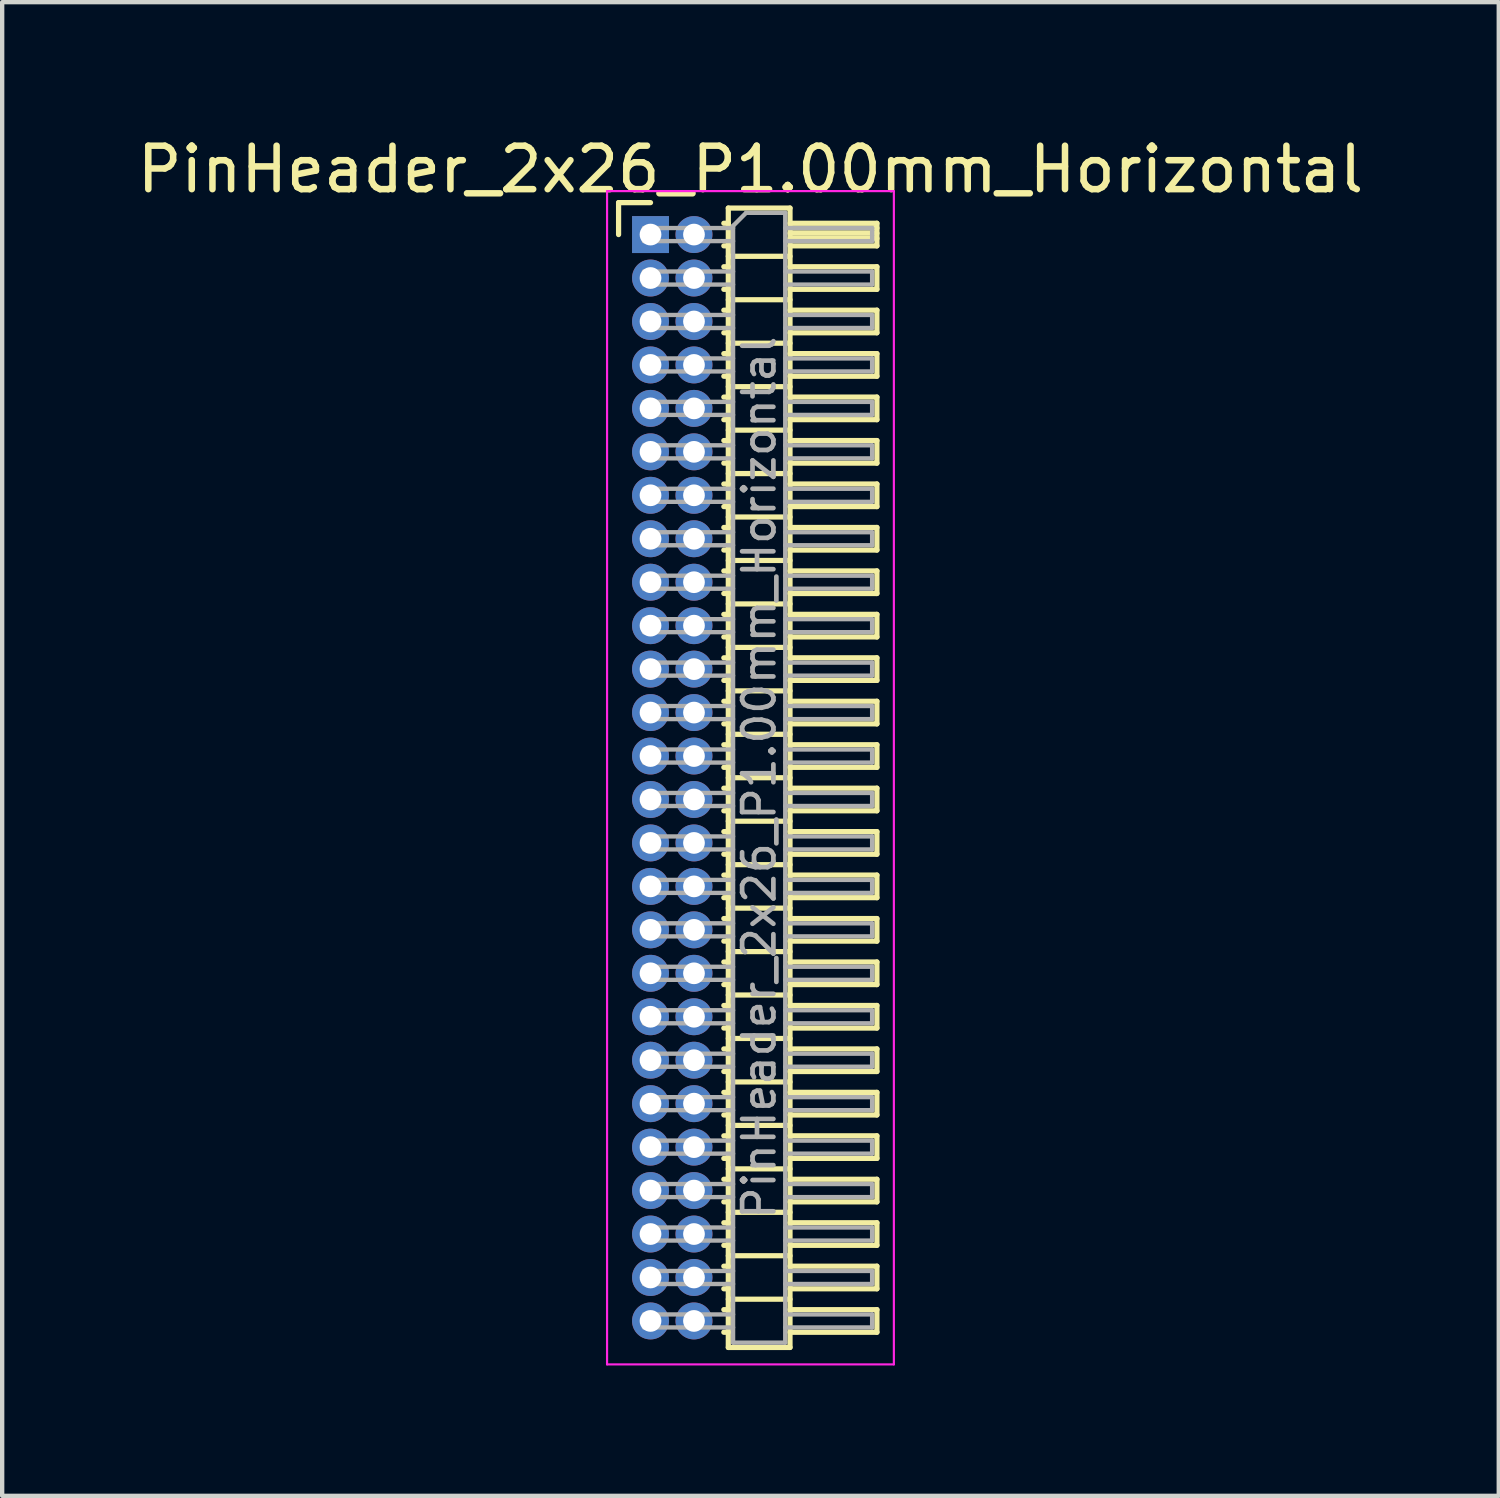
<source format=kicad_pcb>
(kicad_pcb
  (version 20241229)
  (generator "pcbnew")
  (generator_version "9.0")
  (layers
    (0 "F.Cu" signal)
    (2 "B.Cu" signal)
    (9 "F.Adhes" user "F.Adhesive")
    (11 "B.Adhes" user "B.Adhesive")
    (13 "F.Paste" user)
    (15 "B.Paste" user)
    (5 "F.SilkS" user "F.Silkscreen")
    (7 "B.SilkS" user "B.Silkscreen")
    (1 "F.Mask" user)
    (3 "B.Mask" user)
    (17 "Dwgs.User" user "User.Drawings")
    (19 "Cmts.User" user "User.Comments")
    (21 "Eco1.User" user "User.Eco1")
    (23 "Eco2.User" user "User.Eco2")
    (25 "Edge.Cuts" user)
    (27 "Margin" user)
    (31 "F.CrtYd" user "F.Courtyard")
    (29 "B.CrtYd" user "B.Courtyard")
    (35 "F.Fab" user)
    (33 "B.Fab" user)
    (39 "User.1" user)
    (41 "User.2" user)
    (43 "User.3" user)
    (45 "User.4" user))
  (footprint "PinHeader_2x26_P1.00mm_Horizontal"
    (layer "F.Cu")
    (at 11.92 2.348)
    (property "Reference" "PinHeader_2x26_P1.00mm_Horizontal" (at 2.3 -1.5 0) (layer "F.SilkS") (effects (font (size 1 1) (thickness 0.15))))
    (attr through_hole)
    (fp_line (start -0.735 -0.735) (end 0 -0.735) (stroke (width 0.12) (type solid)) (layer "F.SilkS"))
    (fp_line (start -0.735 0) (end -0.735 -0.735) (stroke (width 0.12) (type solid)) (layer "F.SilkS"))
    (fp_line (start 1.687 -0.26) (end 1.79 -0.26) (stroke (width 0.12) (type solid)) (layer "F.SilkS"))
    (fp_line (start 1.687 0.26) (end 1.79 0.26) (stroke (width 0.12) (type solid)) (layer "F.SilkS"))
    (fp_line (start 1.687 0.74) (end 1.79 0.74) (stroke (width 0.12) (type solid)) (layer "F.SilkS"))
    (fp_line (start 1.687 1.26) (end 1.79 1.26) (stroke (width 0.12) (type solid)) (layer "F.SilkS"))
    (fp_line (start 1.687 1.74) (end 1.79 1.74) (stroke (width 0.12) (type solid)) (layer "F.SilkS"))
    (fp_line (start 1.687 2.26) (end 1.79 2.26) (stroke (width 0.12) (type solid)) (layer "F.SilkS"))
    (fp_line (start 1.687 2.74) (end 1.79 2.74) (stroke (width 0.12) (type solid)) (layer "F.SilkS"))
    (fp_line (start 1.687 3.26) (end 1.79 3.26) (stroke (width 0.12) (type solid)) (layer "F.SilkS"))
    (fp_line (start 1.687 3.74) (end 1.79 3.74) (stroke (width 0.12) (type solid)) (layer "F.SilkS"))
    (fp_line (start 1.687 4.26) (end 1.79 4.26) (stroke (width 0.12) (type solid)) (layer "F.SilkS"))
    (fp_line (start 1.687 4.74) (end 1.79 4.74) (stroke (width 0.12) (type solid)) (layer "F.SilkS"))
    (fp_line (start 1.687 5.26) (end 1.79 5.26) (stroke (width 0.12) (type solid)) (layer "F.SilkS"))
    (fp_line (start 1.687 5.74) (end 1.79 5.74) (stroke (width 0.12) (type solid)) (layer "F.SilkS"))
    (fp_line (start 1.687 6.26) (end 1.79 6.26) (stroke (width 0.12) (type solid)) (layer "F.SilkS"))
    (fp_line (start 1.687 6.74) (end 1.79 6.74) (stroke (width 0.12) (type solid)) (layer "F.SilkS"))
    (fp_line (start 1.687 7.26) (end 1.79 7.26) (stroke (width 0.12) (type solid)) (layer "F.SilkS"))
    (fp_line (start 1.687 7.74) (end 1.79 7.74) (stroke (width 0.12) (type solid)) (layer "F.SilkS"))
    (fp_line (start 1.687 8.26) (end 1.79 8.26) (stroke (width 0.12) (type solid)) (layer "F.SilkS"))
    (fp_line (start 1.687 8.74) (end 1.79 8.74) (stroke (width 0.12) (type solid)) (layer "F.SilkS"))
    (fp_line (start 1.687 9.26) (end 1.79 9.26) (stroke (width 0.12) (type solid)) (layer "F.SilkS"))
    (fp_line (start 1.687 9.74) (end 1.79 9.74) (stroke (width 0.12) (type solid)) (layer "F.SilkS"))
    (fp_line (start 1.687 10.26) (end 1.79 10.26) (stroke (width 0.12) (type solid)) (layer "F.SilkS"))
    (fp_line (start 1.687 10.74) (end 1.79 10.74) (stroke (width 0.12) (type solid)) (layer "F.SilkS"))
    (fp_line (start 1.687 11.26) (end 1.79 11.26) (stroke (width 0.12) (type solid)) (layer "F.SilkS"))
    (fp_line (start 1.687 11.74) (end 1.79 11.74) (stroke (width 0.12) (type solid)) (layer "F.SilkS"))
    (fp_line (start 1.687 12.26) (end 1.79 12.26) (stroke (width 0.12) (type solid)) (layer "F.SilkS"))
    (fp_line (start 1.687 12.74) (end 1.79 12.74) (stroke (width 0.12) (type solid)) (layer "F.SilkS"))
    (fp_line (start 1.687 13.26) (end 1.79 13.26) (stroke (width 0.12) (type solid)) (layer "F.SilkS"))
    (fp_line (start 1.687 13.74) (end 1.79 13.74) (stroke (width 0.12) (type solid)) (layer "F.SilkS"))
    (fp_line (start 1.687 14.26) (end 1.79 14.26) (stroke (width 0.12) (type solid)) (layer "F.SilkS"))
    (fp_line (start 1.687 14.74) (end 1.79 14.74) (stroke (width 0.12) (type solid)) (layer "F.SilkS"))
    (fp_line (start 1.687 15.26) (end 1.79 15.26) (stroke (width 0.12) (type solid)) (layer "F.SilkS"))
    (fp_line (start 1.687 15.74) (end 1.79 15.74) (stroke (width 0.12) (type solid)) (layer "F.SilkS"))
    (fp_line (start 1.687 16.26) (end 1.79 16.26) (stroke (width 0.12) (type solid)) (layer "F.SilkS"))
    (fp_line (start 1.687 16.74) (end 1.79 16.74) (stroke (width 0.12) (type solid)) (layer "F.SilkS"))
    (fp_line (start 1.687 17.26) (end 1.79 17.26) (stroke (width 0.12) (type solid)) (layer "F.SilkS"))
    (fp_line (start 1.687 17.74) (end 1.79 17.74) (stroke (width 0.12) (type solid)) (layer "F.SilkS"))
    (fp_line (start 1.687 18.26) (end 1.79 18.26) (stroke (width 0.12) (type solid)) (layer "F.SilkS"))
    (fp_line (start 1.687 18.74) (end 1.79 18.74) (stroke (width 0.12) (type solid)) (layer "F.SilkS"))
    (fp_line (start 1.687 19.26) (end 1.79 19.26) (stroke (width 0.12) (type solid)) (layer "F.SilkS"))
    (fp_line (start 1.687 19.74) (end 1.79 19.74) (stroke (width 0.12) (type solid)) (layer "F.SilkS"))
    (fp_line (start 1.687 20.26) (end 1.79 20.26) (stroke (width 0.12) (type solid)) (layer "F.SilkS"))
    (fp_line (start 1.687 20.74) (end 1.79 20.74) (stroke (width 0.12) (type solid)) (layer "F.SilkS"))
    (fp_line (start 1.687 21.26) (end 1.79 21.26) (stroke (width 0.12) (type solid)) (layer "F.SilkS"))
    (fp_line (start 1.687 21.74) (end 1.79 21.74) (stroke (width 0.12) (type solid)) (layer "F.SilkS"))
    (fp_line (start 1.687 22.26) (end 1.79 22.26) (stroke (width 0.12) (type solid)) (layer "F.SilkS"))
    (fp_line (start 1.687 22.74) (end 1.79 22.74) (stroke (width 0.12) (type solid)) (layer "F.SilkS"))
    (fp_line (start 1.687 23.26) (end 1.79 23.26) (stroke (width 0.12) (type solid)) (layer "F.SilkS"))
    (fp_line (start 1.687 23.74) (end 1.79 23.74) (stroke (width 0.12) (type solid)) (layer "F.SilkS"))
    (fp_line (start 1.687 24.26) (end 1.79 24.26) (stroke (width 0.12) (type solid)) (layer "F.SilkS"))
    (fp_line (start 1.687 24.74) (end 1.79 24.74) (stroke (width 0.12) (type solid)) (layer "F.SilkS"))
    (fp_line (start 1.687 25.26) (end 1.79 25.26) (stroke (width 0.12) (type solid)) (layer "F.SilkS"))
    (fp_line (start 1.79 -0.61) (end 1.79 25.61) (stroke (width 0.12) (type solid)) (layer "F.SilkS"))
    (fp_line (start 1.79 0.5) (end 3.21 0.5) (stroke (width 0.12) (type solid)) (layer "F.SilkS"))
    (fp_line (start 1.79 1.5) (end 3.21 1.5) (stroke (width 0.12) (type solid)) (layer "F.SilkS"))
    (fp_line (start 1.79 2.5) (end 3.21 2.5) (stroke (width 0.12) (type solid)) (layer "F.SilkS"))
    (fp_line (start 1.79 3.5) (end 3.21 3.5) (stroke (width 0.12) (type solid)) (layer "F.SilkS"))
    (fp_line (start 1.79 4.5) (end 3.21 4.5) (stroke (width 0.12) (type solid)) (layer "F.SilkS"))
    (fp_line (start 1.79 5.5) (end 3.21 5.5) (stroke (width 0.12) (type solid)) (layer "F.SilkS"))
    (fp_line (start 1.79 6.5) (end 3.21 6.5) (stroke (width 0.12) (type solid)) (layer "F.SilkS"))
    (fp_line (start 1.79 7.5) (end 3.21 7.5) (stroke (width 0.12) (type solid)) (layer "F.SilkS"))
    (fp_line (start 1.79 8.5) (end 3.21 8.5) (stroke (width 0.12) (type solid)) (layer "F.SilkS"))
    (fp_line (start 1.79 9.5) (end 3.21 9.5) (stroke (width 0.12) (type solid)) (layer "F.SilkS"))
    (fp_line (start 1.79 10.5) (end 3.21 10.5) (stroke (width 0.12) (type solid)) (layer "F.SilkS"))
    (fp_line (start 1.79 11.5) (end 3.21 11.5) (stroke (width 0.12) (type solid)) (layer "F.SilkS"))
    (fp_line (start 1.79 12.5) (end 3.21 12.5) (stroke (width 0.12) (type solid)) (layer "F.SilkS"))
    (fp_line (start 1.79 13.5) (end 3.21 13.5) (stroke (width 0.12) (type solid)) (layer "F.SilkS"))
    (fp_line (start 1.79 14.5) (end 3.21 14.5) (stroke (width 0.12) (type solid)) (layer "F.SilkS"))
    (fp_line (start 1.79 15.5) (end 3.21 15.5) (stroke (width 0.12) (type solid)) (layer "F.SilkS"))
    (fp_line (start 1.79 16.5) (end 3.21 16.5) (stroke (width 0.12) (type solid)) (layer "F.SilkS"))
    (fp_line (start 1.79 17.5) (end 3.21 17.5) (stroke (width 0.12) (type solid)) (layer "F.SilkS"))
    (fp_line (start 1.79 18.5) (end 3.21 18.5) (stroke (width 0.12) (type solid)) (layer "F.SilkS"))
    (fp_line (start 1.79 19.5) (end 3.21 19.5) (stroke (width 0.12) (type solid)) (layer "F.SilkS"))
    (fp_line (start 1.79 20.5) (end 3.21 20.5) (stroke (width 0.12) (type solid)) (layer "F.SilkS"))
    (fp_line (start 1.79 21.5) (end 3.21 21.5) (stroke (width 0.12) (type solid)) (layer "F.SilkS"))
    (fp_line (start 1.79 22.5) (end 3.21 22.5) (stroke (width 0.12) (type solid)) (layer "F.SilkS"))
    (fp_line (start 1.79 23.5) (end 3.21 23.5) (stroke (width 0.12) (type solid)) (layer "F.SilkS"))
    (fp_line (start 1.79 24.5) (end 3.21 24.5) (stroke (width 0.12) (type solid)) (layer "F.SilkS"))
    (fp_line (start 1.79 25.61) (end 3.21 25.61) (stroke (width 0.12) (type solid)) (layer "F.SilkS"))
    (fp_line (start 3.21 -0.61) (end 1.79 -0.61) (stroke (width 0.12) (type solid)) (layer "F.SilkS"))
    (fp_line (start 3.21 -0.26) (end 5.21 -0.26) (stroke (width 0.12) (type solid)) (layer "F.SilkS"))
    (fp_line (start 3.21 -0.15) (end 5.21 -0.15) (stroke (width 0.12) (type solid)) (layer "F.SilkS"))
    (fp_line (start 3.21 -0.03) (end 5.21 -0.03) (stroke (width 0.12) (type solid)) (layer "F.SilkS"))
    (fp_line (start 3.21 0.09) (end 5.21 0.09) (stroke (width 0.12) (type solid)) (layer "F.SilkS"))
    (fp_line (start 3.21 0.74) (end 5.21 0.74) (stroke (width 0.12) (type solid)) (layer "F.SilkS"))
    (fp_line (start 3.21 1.74) (end 5.21 1.74) (stroke (width 0.12) (type solid)) (layer "F.SilkS"))
    (fp_line (start 3.21 2.74) (end 5.21 2.74) (stroke (width 0.12) (type solid)) (layer "F.SilkS"))
    (fp_line (start 3.21 3.74) (end 5.21 3.74) (stroke (width 0.12) (type solid)) (layer "F.SilkS"))
    (fp_line (start 3.21 4.74) (end 5.21 4.74) (stroke (width 0.12) (type solid)) (layer "F.SilkS"))
    (fp_line (start 3.21 5.74) (end 5.21 5.74) (stroke (width 0.12) (type solid)) (layer "F.SilkS"))
    (fp_line (start 3.21 6.74) (end 5.21 6.74) (stroke (width 0.12) (type solid)) (layer "F.SilkS"))
    (fp_line (start 3.21 7.74) (end 5.21 7.74) (stroke (width 0.12) (type solid)) (layer "F.SilkS"))
    (fp_line (start 3.21 8.74) (end 5.21 8.74) (stroke (width 0.12) (type solid)) (layer "F.SilkS"))
    (fp_line (start 3.21 9.74) (end 5.21 9.74) (stroke (width 0.12) (type solid)) (layer "F.SilkS"))
    (fp_line (start 3.21 10.74) (end 5.21 10.74) (stroke (width 0.12) (type solid)) (layer "F.SilkS"))
    (fp_line (start 3.21 11.74) (end 5.21 11.74) (stroke (width 0.12) (type solid)) (layer "F.SilkS"))
    (fp_line (start 3.21 12.74) (end 5.21 12.74) (stroke (width 0.12) (type solid)) (layer "F.SilkS"))
    (fp_line (start 3.21 13.74) (end 5.21 13.74) (stroke (width 0.12) (type solid)) (layer "F.SilkS"))
    (fp_line (start 3.21 14.74) (end 5.21 14.74) (stroke (width 0.12) (type solid)) (layer "F.SilkS"))
    (fp_line (start 3.21 15.74) (end 5.21 15.74) (stroke (width 0.12) (type solid)) (layer "F.SilkS"))
    (fp_line (start 3.21 16.74) (end 5.21 16.74) (stroke (width 0.12) (type solid)) (layer "F.SilkS"))
    (fp_line (start 3.21 17.74) (end 5.21 17.74) (stroke (width 0.12) (type solid)) (layer "F.SilkS"))
    (fp_line (start 3.21 18.74) (end 5.21 18.74) (stroke (width 0.12) (type solid)) (layer "F.SilkS"))
    (fp_line (start 3.21 19.74) (end 5.21 19.74) (stroke (width 0.12) (type solid)) (layer "F.SilkS"))
    (fp_line (start 3.21 20.74) (end 5.21 20.74) (stroke (width 0.12) (type solid)) (layer "F.SilkS"))
    (fp_line (start 3.21 21.74) (end 5.21 21.74) (stroke (width 0.12) (type solid)) (layer "F.SilkS"))
    (fp_line (start 3.21 22.74) (end 5.21 22.74) (stroke (width 0.12) (type solid)) (layer "F.SilkS"))
    (fp_line (start 3.21 23.74) (end 5.21 23.74) (stroke (width 0.12) (type solid)) (layer "F.SilkS"))
    (fp_line (start 3.21 24.74) (end 5.21 24.74) (stroke (width 0.12) (type solid)) (layer "F.SilkS"))
    (fp_line (start 3.21 25.61) (end 3.21 -0.61) (stroke (width 0.12) (type solid)) (layer "F.SilkS"))
    (fp_line (start 5.21 -0.26) (end 5.21 0.26) (stroke (width 0.12) (type solid)) (layer "F.SilkS"))
    (fp_line (start 5.21 0.26) (end 3.21 0.26) (stroke (width 0.12) (type solid)) (layer "F.SilkS"))
    (fp_line (start 5.21 0.74) (end 5.21 1.26) (stroke (width 0.12) (type solid)) (layer "F.SilkS"))
    (fp_line (start 5.21 1.26) (end 3.21 1.26) (stroke (width 0.12) (type solid)) (layer "F.SilkS"))
    (fp_line (start 5.21 1.74) (end 5.21 2.26) (stroke (width 0.12) (type solid)) (layer "F.SilkS"))
    (fp_line (start 5.21 2.26) (end 3.21 2.26) (stroke (width 0.12) (type solid)) (layer "F.SilkS"))
    (fp_line (start 5.21 2.74) (end 5.21 3.26) (stroke (width 0.12) (type solid)) (layer "F.SilkS"))
    (fp_line (start 5.21 3.26) (end 3.21 3.26) (stroke (width 0.12) (type solid)) (layer "F.SilkS"))
    (fp_line (start 5.21 3.74) (end 5.21 4.26) (stroke (width 0.12) (type solid)) (layer "F.SilkS"))
    (fp_line (start 5.21 4.26) (end 3.21 4.26) (stroke (width 0.12) (type solid)) (layer "F.SilkS"))
    (fp_line (start 5.21 4.74) (end 5.21 5.26) (stroke (width 0.12) (type solid)) (layer "F.SilkS"))
    (fp_line (start 5.21 5.26) (end 3.21 5.26) (stroke (width 0.12) (type solid)) (layer "F.SilkS"))
    (fp_line (start 5.21 5.74) (end 5.21 6.26) (stroke (width 0.12) (type solid)) (layer "F.SilkS"))
    (fp_line (start 5.21 6.26) (end 3.21 6.26) (stroke (width 0.12) (type solid)) (layer "F.SilkS"))
    (fp_line (start 5.21 6.74) (end 5.21 7.26) (stroke (width 0.12) (type solid)) (layer "F.SilkS"))
    (fp_line (start 5.21 7.26) (end 3.21 7.26) (stroke (width 0.12) (type solid)) (layer "F.SilkS"))
    (fp_line (start 5.21 7.74) (end 5.21 8.26) (stroke (width 0.12) (type solid)) (layer "F.SilkS"))
    (fp_line (start 5.21 8.26) (end 3.21 8.26) (stroke (width 0.12) (type solid)) (layer "F.SilkS"))
    (fp_line (start 5.21 8.74) (end 5.21 9.26) (stroke (width 0.12) (type solid)) (layer "F.SilkS"))
    (fp_line (start 5.21 9.26) (end 3.21 9.26) (stroke (width 0.12) (type solid)) (layer "F.SilkS"))
    (fp_line (start 5.21 9.74) (end 5.21 10.26) (stroke (width 0.12) (type solid)) (layer "F.SilkS"))
    (fp_line (start 5.21 10.26) (end 3.21 10.26) (stroke (width 0.12) (type solid)) (layer "F.SilkS"))
    (fp_line (start 5.21 10.74) (end 5.21 11.26) (stroke (width 0.12) (type solid)) (layer "F.SilkS"))
    (fp_line (start 5.21 11.26) (end 3.21 11.26) (stroke (width 0.12) (type solid)) (layer "F.SilkS"))
    (fp_line (start 5.21 11.74) (end 5.21 12.26) (stroke (width 0.12) (type solid)) (layer "F.SilkS"))
    (fp_line (start 5.21 12.26) (end 3.21 12.26) (stroke (width 0.12) (type solid)) (layer "F.SilkS"))
    (fp_line (start 5.21 12.74) (end 5.21 13.26) (stroke (width 0.12) (type solid)) (layer "F.SilkS"))
    (fp_line (start 5.21 13.26) (end 3.21 13.26) (stroke (width 0.12) (type solid)) (layer "F.SilkS"))
    (fp_line (start 5.21 13.74) (end 5.21 14.26) (stroke (width 0.12) (type solid)) (layer "F.SilkS"))
    (fp_line (start 5.21 14.26) (end 3.21 14.26) (stroke (width 0.12) (type solid)) (layer "F.SilkS"))
    (fp_line (start 5.21 14.74) (end 5.21 15.26) (stroke (width 0.12) (type solid)) (layer "F.SilkS"))
    (fp_line (start 5.21 15.26) (end 3.21 15.26) (stroke (width 0.12) (type solid)) (layer "F.SilkS"))
    (fp_line (start 5.21 15.74) (end 5.21 16.26) (stroke (width 0.12) (type solid)) (layer "F.SilkS"))
    (fp_line (start 5.21 16.26) (end 3.21 16.26) (stroke (width 0.12) (type solid)) (layer "F.SilkS"))
    (fp_line (start 5.21 16.74) (end 5.21 17.26) (stroke (width 0.12) (type solid)) (layer "F.SilkS"))
    (fp_line (start 5.21 17.26) (end 3.21 17.26) (stroke (width 0.12) (type solid)) (layer "F.SilkS"))
    (fp_line (start 5.21 17.74) (end 5.21 18.26) (stroke (width 0.12) (type solid)) (layer "F.SilkS"))
    (fp_line (start 5.21 18.26) (end 3.21 18.26) (stroke (width 0.12) (type solid)) (layer "F.SilkS"))
    (fp_line (start 5.21 18.74) (end 5.21 19.26) (stroke (width 0.12) (type solid)) (layer "F.SilkS"))
    (fp_line (start 5.21 19.26) (end 3.21 19.26) (stroke (width 0.12) (type solid)) (layer "F.SilkS"))
    (fp_line (start 5.21 19.74) (end 5.21 20.26) (stroke (width 0.12) (type solid)) (layer "F.SilkS"))
    (fp_line (start 5.21 20.26) (end 3.21 20.26) (stroke (width 0.12) (type solid)) (layer "F.SilkS"))
    (fp_line (start 5.21 20.74) (end 5.21 21.26) (stroke (width 0.12) (type solid)) (layer "F.SilkS"))
    (fp_line (start 5.21 21.26) (end 3.21 21.26) (stroke (width 0.12) (type solid)) (layer "F.SilkS"))
    (fp_line (start 5.21 21.74) (end 5.21 22.26) (stroke (width 0.12) (type solid)) (layer "F.SilkS"))
    (fp_line (start 5.21 22.26) (end 3.21 22.26) (stroke (width 0.12) (type solid)) (layer "F.SilkS"))
    (fp_line (start 5.21 22.74) (end 5.21 23.26) (stroke (width 0.12) (type solid)) (layer "F.SilkS"))
    (fp_line (start 5.21 23.26) (end 3.21 23.26) (stroke (width 0.12) (type solid)) (layer "F.SilkS"))
    (fp_line (start 5.21 23.74) (end 5.21 24.26) (stroke (width 0.12) (type solid)) (layer "F.SilkS"))
    (fp_line (start 5.21 24.26) (end 3.21 24.26) (stroke (width 0.12) (type solid)) (layer "F.SilkS"))
    (fp_line (start 5.21 24.74) (end 5.21 25.26) (stroke (width 0.12) (type solid)) (layer "F.SilkS"))
    (fp_line (start 5.21 25.26) (end 3.21 25.26) (stroke (width 0.12) (type solid)) (layer "F.SilkS"))
    (fp_line (start -1 -1) (end -1 26) (stroke (width 0.05) (type solid)) (layer "F.CrtYd"))
    (fp_line (start -1 26) (end 5.6 26) (stroke (width 0.05) (type solid)) (layer "F.CrtYd"))
    (fp_line (start 5.6 -1) (end -1 -1) (stroke (width 0.05) (type solid)) (layer "F.CrtYd"))
    (fp_line (start 5.6 26) (end 5.6 -1) (stroke (width 0.05) (type solid)) (layer "F.CrtYd"))
    (fp_line (start -0.15 -0.15) (end -0.15 0.15) (stroke (width 0.1) (type solid)) (layer "F.Fab"))
    (fp_line (start -0.15 -0.15) (end 1.9 -0.15) (stroke (width 0.1) (type solid)) (layer "F.Fab"))
    (fp_line (start -0.15 0.15) (end 1.9 0.15) (stroke (width 0.1) (type solid)) (layer "F.Fab"))
    (fp_line (start -0.15 0.85) (end -0.15 1.15) (stroke (width 0.1) (type solid)) (layer "F.Fab"))
    (fp_line (start -0.15 0.85) (end 1.9 0.85) (stroke (width 0.1) (type solid)) (layer "F.Fab"))
    (fp_line (start -0.15 1.15) (end 1.9 1.15) (stroke (width 0.1) (type solid)) (layer "F.Fab"))
    (fp_line (start -0.15 1.85) (end -0.15 2.15) (stroke (width 0.1) (type solid)) (layer "F.Fab"))
    (fp_line (start -0.15 1.85) (end 1.9 1.85) (stroke (width 0.1) (type solid)) (layer "F.Fab"))
    (fp_line (start -0.15 2.15) (end 1.9 2.15) (stroke (width 0.1) (type solid)) (layer "F.Fab"))
    (fp_line (start -0.15 2.85) (end -0.15 3.15) (stroke (width 0.1) (type solid)) (layer "F.Fab"))
    (fp_line (start -0.15 2.85) (end 1.9 2.85) (stroke (width 0.1) (type solid)) (layer "F.Fab"))
    (fp_line (start -0.15 3.15) (end 1.9 3.15) (stroke (width 0.1) (type solid)) (layer "F.Fab"))
    (fp_line (start -0.15 3.85) (end -0.15 4.15) (stroke (width 0.1) (type solid)) (layer "F.Fab"))
    (fp_line (start -0.15 3.85) (end 1.9 3.85) (stroke (width 0.1) (type solid)) (layer "F.Fab"))
    (fp_line (start -0.15 4.15) (end 1.9 4.15) (stroke (width 0.1) (type solid)) (layer "F.Fab"))
    (fp_line (start -0.15 4.85) (end -0.15 5.15) (stroke (width 0.1) (type solid)) (layer "F.Fab"))
    (fp_line (start -0.15 4.85) (end 1.9 4.85) (stroke (width 0.1) (type solid)) (layer "F.Fab"))
    (fp_line (start -0.15 5.15) (end 1.9 5.15) (stroke (width 0.1) (type solid)) (layer "F.Fab"))
    (fp_line (start -0.15 5.85) (end -0.15 6.15) (stroke (width 0.1) (type solid)) (layer "F.Fab"))
    (fp_line (start -0.15 5.85) (end 1.9 5.85) (stroke (width 0.1) (type solid)) (layer "F.Fab"))
    (fp_line (start -0.15 6.15) (end 1.9 6.15) (stroke (width 0.1) (type solid)) (layer "F.Fab"))
    (fp_line (start -0.15 6.85) (end -0.15 7.15) (stroke (width 0.1) (type solid)) (layer "F.Fab"))
    (fp_line (start -0.15 6.85) (end 1.9 6.85) (stroke (width 0.1) (type solid)) (layer "F.Fab"))
    (fp_line (start -0.15 7.15) (end 1.9 7.15) (stroke (width 0.1) (type solid)) (layer "F.Fab"))
    (fp_line (start -0.15 7.85) (end -0.15 8.15) (stroke (width 0.1) (type solid)) (layer "F.Fab"))
    (fp_line (start -0.15 7.85) (end 1.9 7.85) (stroke (width 0.1) (type solid)) (layer "F.Fab"))
    (fp_line (start -0.15 8.15) (end 1.9 8.15) (stroke (width 0.1) (type solid)) (layer "F.Fab"))
    (fp_line (start -0.15 8.85) (end -0.15 9.15) (stroke (width 0.1) (type solid)) (layer "F.Fab"))
    (fp_line (start -0.15 8.85) (end 1.9 8.85) (stroke (width 0.1) (type solid)) (layer "F.Fab"))
    (fp_line (start -0.15 9.15) (end 1.9 9.15) (stroke (width 0.1) (type solid)) (layer "F.Fab"))
    (fp_line (start -0.15 9.85) (end -0.15 10.15) (stroke (width 0.1) (type solid)) (layer "F.Fab"))
    (fp_line (start -0.15 9.85) (end 1.9 9.85) (stroke (width 0.1) (type solid)) (layer "F.Fab"))
    (fp_line (start -0.15 10.15) (end 1.9 10.15) (stroke (width 0.1) (type solid)) (layer "F.Fab"))
    (fp_line (start -0.15 10.85) (end -0.15 11.15) (stroke (width 0.1) (type solid)) (layer "F.Fab"))
    (fp_line (start -0.15 10.85) (end 1.9 10.85) (stroke (width 0.1) (type solid)) (layer "F.Fab"))
    (fp_line (start -0.15 11.15) (end 1.9 11.15) (stroke (width 0.1) (type solid)) (layer "F.Fab"))
    (fp_line (start -0.15 11.85) (end -0.15 12.15) (stroke (width 0.1) (type solid)) (layer "F.Fab"))
    (fp_line (start -0.15 11.85) (end 1.9 11.85) (stroke (width 0.1) (type solid)) (layer "F.Fab"))
    (fp_line (start -0.15 12.15) (end 1.9 12.15) (stroke (width 0.1) (type solid)) (layer "F.Fab"))
    (fp_line (start -0.15 12.85) (end -0.15 13.15) (stroke (width 0.1) (type solid)) (layer "F.Fab"))
    (fp_line (start -0.15 12.85) (end 1.9 12.85) (stroke (width 0.1) (type solid)) (layer "F.Fab"))
    (fp_line (start -0.15 13.15) (end 1.9 13.15) (stroke (width 0.1) (type solid)) (layer "F.Fab"))
    (fp_line (start -0.15 13.85) (end -0.15 14.15) (stroke (width 0.1) (type solid)) (layer "F.Fab"))
    (fp_line (start -0.15 13.85) (end 1.9 13.85) (stroke (width 0.1) (type solid)) (layer "F.Fab"))
    (fp_line (start -0.15 14.15) (end 1.9 14.15) (stroke (width 0.1) (type solid)) (layer "F.Fab"))
    (fp_line (start -0.15 14.85) (end -0.15 15.15) (stroke (width 0.1) (type solid)) (layer "F.Fab"))
    (fp_line (start -0.15 14.85) (end 1.9 14.85) (stroke (width 0.1) (type solid)) (layer "F.Fab"))
    (fp_line (start -0.15 15.15) (end 1.9 15.15) (stroke (width 0.1) (type solid)) (layer "F.Fab"))
    (fp_line (start -0.15 15.85) (end -0.15 16.15) (stroke (width 0.1) (type solid)) (layer "F.Fab"))
    (fp_line (start -0.15 15.85) (end 1.9 15.85) (stroke (width 0.1) (type solid)) (layer "F.Fab"))
    (fp_line (start -0.15 16.15) (end 1.9 16.15) (stroke (width 0.1) (type solid)) (layer "F.Fab"))
    (fp_line (start -0.15 16.85) (end -0.15 17.15) (stroke (width 0.1) (type solid)) (layer "F.Fab"))
    (fp_line (start -0.15 16.85) (end 1.9 16.85) (stroke (width 0.1) (type solid)) (layer "F.Fab"))
    (fp_line (start -0.15 17.15) (end 1.9 17.15) (stroke (width 0.1) (type solid)) (layer "F.Fab"))
    (fp_line (start -0.15 17.85) (end -0.15 18.15) (stroke (width 0.1) (type solid)) (layer "F.Fab"))
    (fp_line (start -0.15 17.85) (end 1.9 17.85) (stroke (width 0.1) (type solid)) (layer "F.Fab"))
    (fp_line (start -0.15 18.15) (end 1.9 18.15) (stroke (width 0.1) (type solid)) (layer "F.Fab"))
    (fp_line (start -0.15 18.85) (end -0.15 19.15) (stroke (width 0.1) (type solid)) (layer "F.Fab"))
    (fp_line (start -0.15 18.85) (end 1.9 18.85) (stroke (width 0.1) (type solid)) (layer "F.Fab"))
    (fp_line (start -0.15 19.15) (end 1.9 19.15) (stroke (width 0.1) (type solid)) (layer "F.Fab"))
    (fp_line (start -0.15 19.85) (end -0.15 20.15) (stroke (width 0.1) (type solid)) (layer "F.Fab"))
    (fp_line (start -0.15 19.85) (end 1.9 19.85) (stroke (width 0.1) (type solid)) (layer "F.Fab"))
    (fp_line (start -0.15 20.15) (end 1.9 20.15) (stroke (width 0.1) (type solid)) (layer "F.Fab"))
    (fp_line (start -0.15 20.85) (end -0.15 21.15) (stroke (width 0.1) (type solid)) (layer "F.Fab"))
    (fp_line (start -0.15 20.85) (end 1.9 20.85) (stroke (width 0.1) (type solid)) (layer "F.Fab"))
    (fp_line (start -0.15 21.15) (end 1.9 21.15) (stroke (width 0.1) (type solid)) (layer "F.Fab"))
    (fp_line (start -0.15 21.85) (end -0.15 22.15) (stroke (width 0.1) (type solid)) (layer "F.Fab"))
    (fp_line (start -0.15 21.85) (end 1.9 21.85) (stroke (width 0.1) (type solid)) (layer "F.Fab"))
    (fp_line (start -0.15 22.15) (end 1.9 22.15) (stroke (width 0.1) (type solid)) (layer "F.Fab"))
    (fp_line (start -0.15 22.85) (end -0.15 23.15) (stroke (width 0.1) (type solid)) (layer "F.Fab"))
    (fp_line (start -0.15 22.85) (end 1.9 22.85) (stroke (width 0.1) (type solid)) (layer "F.Fab"))
    (fp_line (start -0.15 23.15) (end 1.9 23.15) (stroke (width 0.1) (type solid)) (layer "F.Fab"))
    (fp_line (start -0.15 23.85) (end -0.15 24.15) (stroke (width 0.1) (type solid)) (layer "F.Fab"))
    (fp_line (start -0.15 23.85) (end 1.9 23.85) (stroke (width 0.1) (type solid)) (layer "F.Fab"))
    (fp_line (start -0.15 24.15) (end 1.9 24.15) (stroke (width 0.1) (type solid)) (layer "F.Fab"))
    (fp_line (start -0.15 24.85) (end -0.15 25.15) (stroke (width 0.1) (type solid)) (layer "F.Fab"))
    (fp_line (start -0.15 24.85) (end 1.9 24.85) (stroke (width 0.1) (type solid)) (layer "F.Fab"))
    (fp_line (start -0.15 25.15) (end 1.9 25.15) (stroke (width 0.1) (type solid)) (layer "F.Fab"))
    (fp_line (start 1.9 -0.2) (end 2.2 -0.5) (stroke (width 0.1) (type solid)) (layer "F.Fab"))
    (fp_line (start 1.9 25.5) (end 1.9 -0.2) (stroke (width 0.1) (type solid)) (layer "F.Fab"))
    (fp_line (start 2.2 -0.5) (end 3.1 -0.5) (stroke (width 0.1) (type solid)) (layer "F.Fab"))
    (fp_line (start 3.1 -0.5) (end 3.1 25.5) (stroke (width 0.1) (type solid)) (layer "F.Fab"))
    (fp_line (start 3.1 -0.15) (end 5.1 -0.15) (stroke (width 0.1) (type solid)) (layer "F.Fab"))
    (fp_line (start 3.1 0.15) (end 5.1 0.15) (stroke (width 0.1) (type solid)) (layer "F.Fab"))
    (fp_line (start 3.1 0.85) (end 5.1 0.85) (stroke (width 0.1) (type solid)) (layer "F.Fab"))
    (fp_line (start 3.1 1.15) (end 5.1 1.15) (stroke (width 0.1) (type solid)) (layer "F.Fab"))
    (fp_line (start 3.1 1.85) (end 5.1 1.85) (stroke (width 0.1) (type solid)) (layer "F.Fab"))
    (fp_line (start 3.1 2.15) (end 5.1 2.15) (stroke (width 0.1) (type solid)) (layer "F.Fab"))
    (fp_line (start 3.1 2.85) (end 5.1 2.85) (stroke (width 0.1) (type solid)) (layer "F.Fab"))
    (fp_line (start 3.1 3.15) (end 5.1 3.15) (stroke (width 0.1) (type solid)) (layer "F.Fab"))
    (fp_line (start 3.1 3.85) (end 5.1 3.85) (stroke (width 0.1) (type solid)) (layer "F.Fab"))
    (fp_line (start 3.1 4.15) (end 5.1 4.15) (stroke (width 0.1) (type solid)) (layer "F.Fab"))
    (fp_line (start 3.1 4.85) (end 5.1 4.85) (stroke (width 0.1) (type solid)) (layer "F.Fab"))
    (fp_line (start 3.1 5.15) (end 5.1 5.15) (stroke (width 0.1) (type solid)) (layer "F.Fab"))
    (fp_line (start 3.1 5.85) (end 5.1 5.85) (stroke (width 0.1) (type solid)) (layer "F.Fab"))
    (fp_line (start 3.1 6.15) (end 5.1 6.15) (stroke (width 0.1) (type solid)) (layer "F.Fab"))
    (fp_line (start 3.1 6.85) (end 5.1 6.85) (stroke (width 0.1) (type solid)) (layer "F.Fab"))
    (fp_line (start 3.1 7.15) (end 5.1 7.15) (stroke (width 0.1) (type solid)) (layer "F.Fab"))
    (fp_line (start 3.1 7.85) (end 5.1 7.85) (stroke (width 0.1) (type solid)) (layer "F.Fab"))
    (fp_line (start 3.1 8.15) (end 5.1 8.15) (stroke (width 0.1) (type solid)) (layer "F.Fab"))
    (fp_line (start 3.1 8.85) (end 5.1 8.85) (stroke (width 0.1) (type solid)) (layer "F.Fab"))
    (fp_line (start 3.1 9.15) (end 5.1 9.15) (stroke (width 0.1) (type solid)) (layer "F.Fab"))
    (fp_line (start 3.1 9.85) (end 5.1 9.85) (stroke (width 0.1) (type solid)) (layer "F.Fab"))
    (fp_line (start 3.1 10.15) (end 5.1 10.15) (stroke (width 0.1) (type solid)) (layer "F.Fab"))
    (fp_line (start 3.1 10.85) (end 5.1 10.85) (stroke (width 0.1) (type solid)) (layer "F.Fab"))
    (fp_line (start 3.1 11.15) (end 5.1 11.15) (stroke (width 0.1) (type solid)) (layer "F.Fab"))
    (fp_line (start 3.1 11.85) (end 5.1 11.85) (stroke (width 0.1) (type solid)) (layer "F.Fab"))
    (fp_line (start 3.1 12.15) (end 5.1 12.15) (stroke (width 0.1) (type solid)) (layer "F.Fab"))
    (fp_line (start 3.1 12.85) (end 5.1 12.85) (stroke (width 0.1) (type solid)) (layer "F.Fab"))
    (fp_line (start 3.1 13.15) (end 5.1 13.15) (stroke (width 0.1) (type solid)) (layer "F.Fab"))
    (fp_line (start 3.1 13.85) (end 5.1 13.85) (stroke (width 0.1) (type solid)) (layer "F.Fab"))
    (fp_line (start 3.1 14.15) (end 5.1 14.15) (stroke (width 0.1) (type solid)) (layer "F.Fab"))
    (fp_line (start 3.1 14.85) (end 5.1 14.85) (stroke (width 0.1) (type solid)) (layer "F.Fab"))
    (fp_line (start 3.1 15.15) (end 5.1 15.15) (stroke (width 0.1) (type solid)) (layer "F.Fab"))
    (fp_line (start 3.1 15.85) (end 5.1 15.85) (stroke (width 0.1) (type solid)) (layer "F.Fab"))
    (fp_line (start 3.1 16.15) (end 5.1 16.15) (stroke (width 0.1) (type solid)) (layer "F.Fab"))
    (fp_line (start 3.1 16.85) (end 5.1 16.85) (stroke (width 0.1) (type solid)) (layer "F.Fab"))
    (fp_line (start 3.1 17.15) (end 5.1 17.15) (stroke (width 0.1) (type solid)) (layer "F.Fab"))
    (fp_line (start 3.1 17.85) (end 5.1 17.85) (stroke (width 0.1) (type solid)) (layer "F.Fab"))
    (fp_line (start 3.1 18.15) (end 5.1 18.15) (stroke (width 0.1) (type solid)) (layer "F.Fab"))
    (fp_line (start 3.1 18.85) (end 5.1 18.85) (stroke (width 0.1) (type solid)) (layer "F.Fab"))
    (fp_line (start 3.1 19.15) (end 5.1 19.15) (stroke (width 0.1) (type solid)) (layer "F.Fab"))
    (fp_line (start 3.1 19.85) (end 5.1 19.85) (stroke (width 0.1) (type solid)) (layer "F.Fab"))
    (fp_line (start 3.1 20.15) (end 5.1 20.15) (stroke (width 0.1) (type solid)) (layer "F.Fab"))
    (fp_line (start 3.1 20.85) (end 5.1 20.85) (stroke (width 0.1) (type solid)) (layer "F.Fab"))
    (fp_line (start 3.1 21.15) (end 5.1 21.15) (stroke (width 0.1) (type solid)) (layer "F.Fab"))
    (fp_line (start 3.1 21.85) (end 5.1 21.85) (stroke (width 0.1) (type solid)) (layer "F.Fab"))
    (fp_line (start 3.1 22.15) (end 5.1 22.15) (stroke (width 0.1) (type solid)) (layer "F.Fab"))
    (fp_line (start 3.1 22.85) (end 5.1 22.85) (stroke (width 0.1) (type solid)) (layer "F.Fab"))
    (fp_line (start 3.1 23.15) (end 5.1 23.15) (stroke (width 0.1) (type solid)) (layer "F.Fab"))
    (fp_line (start 3.1 23.85) (end 5.1 23.85) (stroke (width 0.1) (type solid)) (layer "F.Fab"))
    (fp_line (start 3.1 24.15) (end 5.1 24.15) (stroke (width 0.1) (type solid)) (layer "F.Fab"))
    (fp_line (start 3.1 24.85) (end 5.1 24.85) (stroke (width 0.1) (type solid)) (layer "F.Fab"))
    (fp_line (start 3.1 25.15) (end 5.1 25.15) (stroke (width 0.1) (type solid)) (layer "F.Fab"))
    (fp_line (start 3.1 25.5) (end 1.9 25.5) (stroke (width 0.1) (type solid)) (layer "F.Fab"))
    (fp_line (start 5.1 -0.15) (end 5.1 0.15) (stroke (width 0.1) (type solid)) (layer "F.Fab"))
    (fp_line (start 5.1 0.85) (end 5.1 1.15) (stroke (width 0.1) (type solid)) (layer "F.Fab"))
    (fp_line (start 5.1 1.85) (end 5.1 2.15) (stroke (width 0.1) (type solid)) (layer "F.Fab"))
    (fp_line (start 5.1 2.85) (end 5.1 3.15) (stroke (width 0.1) (type solid)) (layer "F.Fab"))
    (fp_line (start 5.1 3.85) (end 5.1 4.15) (stroke (width 0.1) (type solid)) (layer "F.Fab"))
    (fp_line (start 5.1 4.85) (end 5.1 5.15) (stroke (width 0.1) (type solid)) (layer "F.Fab"))
    (fp_line (start 5.1 5.85) (end 5.1 6.15) (stroke (width 0.1) (type solid)) (layer "F.Fab"))
    (fp_line (start 5.1 6.85) (end 5.1 7.15) (stroke (width 0.1) (type solid)) (layer "F.Fab"))
    (fp_line (start 5.1 7.85) (end 5.1 8.15) (stroke (width 0.1) (type solid)) (layer "F.Fab"))
    (fp_line (start 5.1 8.85) (end 5.1 9.15) (stroke (width 0.1) (type solid)) (layer "F.Fab"))
    (fp_line (start 5.1 9.85) (end 5.1 10.15) (stroke (width 0.1) (type solid)) (layer "F.Fab"))
    (fp_line (start 5.1 10.85) (end 5.1 11.15) (stroke (width 0.1) (type solid)) (layer "F.Fab"))
    (fp_line (start 5.1 11.85) (end 5.1 12.15) (stroke (width 0.1) (type solid)) (layer "F.Fab"))
    (fp_line (start 5.1 12.85) (end 5.1 13.15) (stroke (width 0.1) (type solid)) (layer "F.Fab"))
    (fp_line (start 5.1 13.85) (end 5.1 14.15) (stroke (width 0.1) (type solid)) (layer "F.Fab"))
    (fp_line (start 5.1 14.85) (end 5.1 15.15) (stroke (width 0.1) (type solid)) (layer "F.Fab"))
    (fp_line (start 5.1 15.85) (end 5.1 16.15) (stroke (width 0.1) (type solid)) (layer "F.Fab"))
    (fp_line (start 5.1 16.85) (end 5.1 17.15) (stroke (width 0.1) (type solid)) (layer "F.Fab"))
    (fp_line (start 5.1 17.85) (end 5.1 18.15) (stroke (width 0.1) (type solid)) (layer "F.Fab"))
    (fp_line (start 5.1 18.85) (end 5.1 19.15) (stroke (width 0.1) (type solid)) (layer "F.Fab"))
    (fp_line (start 5.1 19.85) (end 5.1 20.15) (stroke (width 0.1) (type solid)) (layer "F.Fab"))
    (fp_line (start 5.1 20.85) (end 5.1 21.15) (stroke (width 0.1) (type solid)) (layer "F.Fab"))
    (fp_line (start 5.1 21.85) (end 5.1 22.15) (stroke (width 0.1) (type solid)) (layer "F.Fab"))
    (fp_line (start 5.1 22.85) (end 5.1 23.15) (stroke (width 0.1) (type solid)) (layer "F.Fab"))
    (fp_line (start 5.1 23.85) (end 5.1 24.15) (stroke (width 0.1) (type solid)) (layer "F.Fab"))
    (fp_line (start 5.1 24.85) (end 5.1 25.15) (stroke (width 0.1) (type solid)) (layer "F.Fab"))
    (fp_text user "${REFERENCE}" (at 2.5 12.5 90) (layer "F.Fab") (effects (font (size 0.72 0.72) (thickness 0.108))))
    (pad "1" thru_hole rect (at 0 0) (size 0.85 0.85) (drill 0.5) (layers "*.Cu" "*.Mask"))
    (pad "2" thru_hole circle (at 1 0) (size 0.85 0.85) (drill 0.5) (layers "*.Cu" "*.Mask"))
    (pad "3" thru_hole circle (at 0 1) (size 0.85 0.85) (drill 0.5) (layers "*.Cu" "*.Mask"))
    (pad "4" thru_hole circle (at 1 1) (size 0.85 0.85) (drill 0.5) (layers "*.Cu" "*.Mask"))
    (pad "5" thru_hole circle (at 0 2) (size 0.85 0.85) (drill 0.5) (layers "*.Cu" "*.Mask"))
    (pad "6" thru_hole circle (at 1 2) (size 0.85 0.85) (drill 0.5) (layers "*.Cu" "*.Mask"))
    (pad "7" thru_hole circle (at 0 3) (size 0.85 0.85) (drill 0.5) (layers "*.Cu" "*.Mask"))
    (pad "8" thru_hole circle (at 1 3) (size 0.85 0.85) (drill 0.5) (layers "*.Cu" "*.Mask"))
    (pad "9" thru_hole circle (at 0 4) (size 0.85 0.85) (drill 0.5) (layers "*.Cu" "*.Mask"))
    (pad "10" thru_hole circle (at 1 4) (size 0.85 0.85) (drill 0.5) (layers "*.Cu" "*.Mask"))
    (pad "11" thru_hole circle (at 0 5) (size 0.85 0.85) (drill 0.5) (layers "*.Cu" "*.Mask"))
    (pad "12" thru_hole circle (at 1 5) (size 0.85 0.85) (drill 0.5) (layers "*.Cu" "*.Mask"))
    (pad "13" thru_hole circle (at 0 6) (size 0.85 0.85) (drill 0.5) (layers "*.Cu" "*.Mask"))
    (pad "14" thru_hole circle (at 1 6) (size 0.85 0.85) (drill 0.5) (layers "*.Cu" "*.Mask"))
    (pad "15" thru_hole circle (at 0 7) (size 0.85 0.85) (drill 0.5) (layers "*.Cu" "*.Mask"))
    (pad "16" thru_hole circle (at 1 7) (size 0.85 0.85) (drill 0.5) (layers "*.Cu" "*.Mask"))
    (pad "17" thru_hole circle (at 0 8) (size 0.85 0.85) (drill 0.5) (layers "*.Cu" "*.Mask"))
    (pad "18" thru_hole circle (at 1 8) (size 0.85 0.85) (drill 0.5) (layers "*.Cu" "*.Mask"))
    (pad "19" thru_hole circle (at 0 9) (size 0.85 0.85) (drill 0.5) (layers "*.Cu" "*.Mask"))
    (pad "20" thru_hole circle (at 1 9) (size 0.85 0.85) (drill 0.5) (layers "*.Cu" "*.Mask"))
    (pad "21" thru_hole circle (at 0 10) (size 0.85 0.85) (drill 0.5) (layers "*.Cu" "*.Mask"))
    (pad "22" thru_hole circle (at 1 10) (size 0.85 0.85) (drill 0.5) (layers "*.Cu" "*.Mask"))
    (pad "23" thru_hole circle (at 0 11) (size 0.85 0.85) (drill 0.5) (layers "*.Cu" "*.Mask"))
    (pad "24" thru_hole circle (at 1 11) (size 0.85 0.85) (drill 0.5) (layers "*.Cu" "*.Mask"))
    (pad "25" thru_hole circle (at 0 12) (size 0.85 0.85) (drill 0.5) (layers "*.Cu" "*.Mask"))
    (pad "26" thru_hole circle (at 1 12) (size 0.85 0.85) (drill 0.5) (layers "*.Cu" "*.Mask"))
    (pad "27" thru_hole circle (at 0 13) (size 0.85 0.85) (drill 0.5) (layers "*.Cu" "*.Mask"))
    (pad "28" thru_hole circle (at 1 13) (size 0.85 0.85) (drill 0.5) (layers "*.Cu" "*.Mask"))
    (pad "29" thru_hole circle (at 0 14) (size 0.85 0.85) (drill 0.5) (layers "*.Cu" "*.Mask"))
    (pad "30" thru_hole circle (at 1 14) (size 0.85 0.85) (drill 0.5) (layers "*.Cu" "*.Mask"))
    (pad "31" thru_hole circle (at 0 15) (size 0.85 0.85) (drill 0.5) (layers "*.Cu" "*.Mask"))
    (pad "32" thru_hole circle (at 1 15) (size 0.85 0.85) (drill 0.5) (layers "*.Cu" "*.Mask"))
    (pad "33" thru_hole circle (at 0 16) (size 0.85 0.85) (drill 0.5) (layers "*.Cu" "*.Mask"))
    (pad "34" thru_hole circle (at 1 16) (size 0.85 0.85) (drill 0.5) (layers "*.Cu" "*.Mask"))
    (pad "35" thru_hole circle (at 0 17) (size 0.85 0.85) (drill 0.5) (layers "*.Cu" "*.Mask"))
    (pad "36" thru_hole circle (at 1 17) (size 0.85 0.85) (drill 0.5) (layers "*.Cu" "*.Mask"))
    (pad "37" thru_hole circle (at 0 18) (size 0.85 0.85) (drill 0.5) (layers "*.Cu" "*.Mask"))
    (pad "38" thru_hole circle (at 1 18) (size 0.85 0.85) (drill 0.5) (layers "*.Cu" "*.Mask"))
    (pad "39" thru_hole circle (at 0 19) (size 0.85 0.85) (drill 0.5) (layers "*.Cu" "*.Mask"))
    (pad "40" thru_hole circle (at 1 19) (size 0.85 0.85) (drill 0.5) (layers "*.Cu" "*.Mask"))
    (pad "41" thru_hole circle (at 0 20) (size 0.85 0.85) (drill 0.5) (layers "*.Cu" "*.Mask"))
    (pad "42" thru_hole circle (at 1 20) (size 0.85 0.85) (drill 0.5) (layers "*.Cu" "*.Mask"))
    (pad "43" thru_hole circle (at 0 21) (size 0.85 0.85) (drill 0.5) (layers "*.Cu" "*.Mask"))
    (pad "44" thru_hole circle (at 1 21) (size 0.85 0.85) (drill 0.5) (layers "*.Cu" "*.Mask"))
    (pad "45" thru_hole circle (at 0 22) (size 0.85 0.85) (drill 0.5) (layers "*.Cu" "*.Mask"))
    (pad "46" thru_hole circle (at 1 22) (size 0.85 0.85) (drill 0.5) (layers "*.Cu" "*.Mask"))
    (pad "47" thru_hole circle (at 0 23) (size 0.85 0.85) (drill 0.5) (layers "*.Cu" "*.Mask"))
    (pad "48" thru_hole circle (at 1 23) (size 0.85 0.85) (drill 0.5) (layers "*.Cu" "*.Mask"))
    (pad "49" thru_hole circle (at 0 24) (size 0.85 0.85) (drill 0.5) (layers "*.Cu" "*.Mask"))
    (pad "50" thru_hole circle (at 1 24) (size 0.85 0.85) (drill 0.5) (layers "*.Cu" "*.Mask"))
    (pad "51" thru_hole circle (at 0 25) (size 0.85 0.85) (drill 0.5) (layers "*.Cu" "*.Mask"))
    (pad "52" thru_hole circle (at 1 25) (size 0.85 0.85) (drill 0.5) (layers "*.Cu" "*.Mask")))
  (gr_rect
    (start -3 -3)
    (end 31.44 31.373)
    (stroke (width 0.1) (type default))
    (fill no)
    (layer "Edge.Cuts")))
</source>
